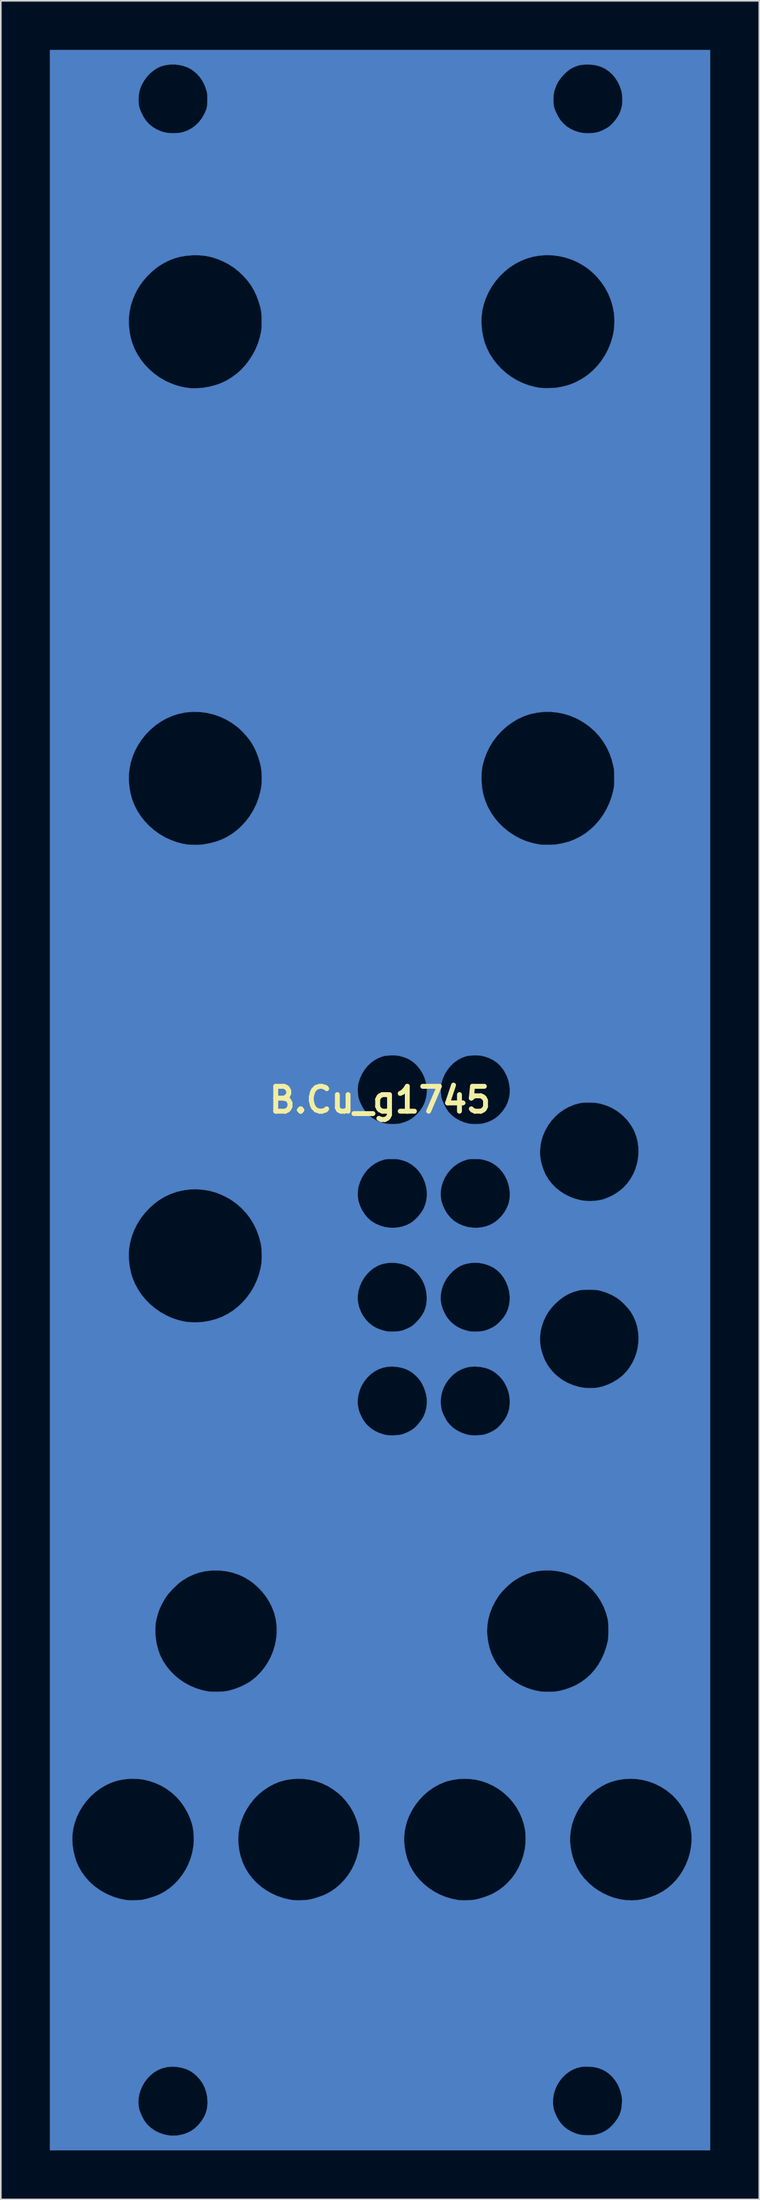
<source format=kicad_pcb>
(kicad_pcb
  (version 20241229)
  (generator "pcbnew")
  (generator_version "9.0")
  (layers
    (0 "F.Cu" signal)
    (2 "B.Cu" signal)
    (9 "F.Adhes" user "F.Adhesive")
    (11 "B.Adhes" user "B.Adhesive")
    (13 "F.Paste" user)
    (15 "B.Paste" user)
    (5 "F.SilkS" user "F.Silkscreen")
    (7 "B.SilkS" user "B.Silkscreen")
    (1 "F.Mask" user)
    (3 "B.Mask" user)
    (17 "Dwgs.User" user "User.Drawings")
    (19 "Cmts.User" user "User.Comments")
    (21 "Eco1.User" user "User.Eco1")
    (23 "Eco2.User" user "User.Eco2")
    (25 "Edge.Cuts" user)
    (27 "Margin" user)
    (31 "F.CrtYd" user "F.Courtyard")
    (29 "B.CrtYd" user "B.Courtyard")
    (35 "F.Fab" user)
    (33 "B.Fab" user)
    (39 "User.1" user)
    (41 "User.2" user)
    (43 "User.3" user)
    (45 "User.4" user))
  (footprint "B.Cu_g1745"
    (layer "F.Cu")
    (at 20.219 64.246)
    (property "Reference" "B.Cu_g1745" (at 0 0 0) (layer "F.SilkS") (effects (font (size 1.524 1.524) (thickness 0.3))))
    (attr through_hole)
    (fp_poly (pts (xy 20.214 64.262) (xy -20.214 64.262) (xy -20.214 61.348) (xy -14.795 61.348) (xy -14.77 61.612) (xy -14.732 61.785) (xy -14.689 61.911) (xy -14.63 62.058) (xy -14.559 62.211) (xy -14.484 62.356) (xy -14.411 62.479) (xy -14.397 62.5) (xy -14.235 62.702) (xy -14.04 62.882) (xy -13.819 63.038) (xy -13.577 63.166) (xy -13.319 63.265) (xy -13.05 63.333) (xy -12.775 63.367) (xy -12.501 63.365) (xy -12.372 63.351) (xy -12.075 63.291) (xy -11.804 63.198) (xy -11.557 63.072) (xy -11.331 62.91) (xy -11.124 62.712) (xy -10.934 62.476) (xy -10.886 62.406) (xy -10.75 62.172) (xy -10.653 61.932) (xy -10.591 61.68) (xy -10.564 61.408) (xy -10.563 61.35) (xy 10.588 61.35) (xy 10.59 61.403) (xy 10.608 61.586) (xy 10.641 61.756) (xy 10.695 61.926) (xy 10.772 62.109) (xy 10.804 62.178) (xy 10.942 62.426) (xy 11.096 62.639) (xy 11.272 62.821) (xy 11.474 62.977) (xy 11.708 63.111) (xy 11.722 63.118) (xy 11.926 63.21) (xy 12.12 63.275) (xy 12.316 63.318) (xy 12.526 63.34) (xy 12.763 63.343) (xy 12.795 63.343) (xy 12.938 63.337) (xy 13.05 63.33) (xy 13.144 63.317) (xy 13.233 63.299) (xy 13.308 63.28) (xy 13.568 63.19) (xy 13.806 63.069) (xy 14.024 62.915) (xy 14.227 62.725) (xy 14.418 62.498) (xy 14.56 62.287) (xy 14.668 62.078) (xy 14.743 61.86) (xy 14.79 61.626) (xy 14.81 61.373) (xy 14.814 61.236) (xy 14.813 61.127) (xy 14.806 61.034) (xy 14.792 60.943) (xy 14.779 60.875) (xy 14.695 60.568) (xy 14.577 60.285) (xy 14.424 60.025) (xy 14.238 59.791) (xy 14.192 59.743) (xy 14.01 59.574) (xy 13.824 59.438) (xy 13.623 59.331) (xy 13.397 59.244) (xy 13.286 59.211) (xy 13.139 59.18) (xy 12.964 59.157) (xy 12.777 59.144) (xy 12.591 59.141) (xy 12.421 59.149) (xy 12.324 59.16) (xy 12.06 59.224) (xy 11.809 59.324) (xy 11.573 59.459) (xy 11.357 59.625) (xy 11.161 59.817) (xy 10.99 60.034) (xy 10.846 60.27) (xy 10.73 60.524) (xy 10.647 60.79) (xy 10.599 61.067) (xy 10.588 61.35) (xy -10.563 61.35) (xy -10.562 61.312) (xy -10.582 61) (xy -10.641 60.702) (xy -10.739 60.42) (xy -10.874 60.156) (xy -11.047 59.911) (xy -11.243 59.701) (xy -11.429 59.54) (xy -11.615 59.415) (xy -11.81 59.319) (xy -11.862 59.298) (xy -12.158 59.208) (xy -12.456 59.157) (xy -12.752 59.145) (xy -13.042 59.173) (xy -13.323 59.24) (xy -13.346 59.248) (xy -13.596 59.352) (xy -13.829 59.491) (xy -14.043 59.66) (xy -14.234 59.855) (xy -14.401 60.073) (xy -14.542 60.308) (xy -14.654 60.557) (xy -14.735 60.816) (xy -14.783 61.081) (xy -14.795 61.348) (xy -20.214 61.348) (xy -20.214 45.279) (xy -18.843 45.279) (xy -18.822 45.608) (xy -18.772 45.942) (xy -18.697 46.269) (xy -18.598 46.581) (xy -18.477 46.866) (xy -18.467 46.887) (xy -18.272 47.23) (xy -18.044 47.546) (xy -17.784 47.836) (xy -17.492 48.099) (xy -17.169 48.333) (xy -16.817 48.538) (xy -16.696 48.598) (xy -16.321 48.755) (xy -15.94 48.872) (xy -15.549 48.948) (xy -15.473 48.958) (xy -15.353 48.967) (xy -15.203 48.971) (xy -15.036 48.969) (xy -14.865 48.962) (xy -14.701 48.95) (xy -14.558 48.935) (xy -14.499 48.926) (xy -14.37 48.898) (xy -14.214 48.857) (xy -14.043 48.806) (xy -13.869 48.748) (xy -13.704 48.689) (xy -13.56 48.631) (xy -13.501 48.604) (xy -13.176 48.428) (xy -12.873 48.218) (xy -12.592 47.976) (xy -12.337 47.707) (xy -12.108 47.413) (xy -11.908 47.097) (xy -11.738 46.763) (xy -11.601 46.414) (xy -11.498 46.052) (xy -11.43 45.683) (xy -11.401 45.307) (xy -11.403 45.205) (xy -8.685 45.205) (xy -8.677 45.46) (xy -8.629 45.867) (xy -8.543 46.256) (xy -8.42 46.625) (xy -8.259 46.975) (xy -8.063 47.303) (xy -7.831 47.609) (xy -7.565 47.892) (xy -7.264 48.151) (xy -7.038 48.313) (xy -6.691 48.521) (xy -6.325 48.692) (xy -5.945 48.826) (xy -5.554 48.92) (xy -5.313 48.958) (xy -5.193 48.967) (xy -5.043 48.971) (xy -4.876 48.969) (xy -4.705 48.962) (xy -4.541 48.95) (xy -4.398 48.935) (xy -4.339 48.926) (xy -4.21 48.898) (xy -4.054 48.857) (xy -3.883 48.806) (xy -3.709 48.748) (xy -3.544 48.689) (xy -3.4 48.631) (xy -3.341 48.604) (xy -3.014 48.427) (xy -2.709 48.216) (xy -2.428 47.974) (xy -2.172 47.703) (xy -1.944 47.408) (xy -1.745 47.091) (xy -1.576 46.754) (xy -1.44 46.402) (xy -1.338 46.036) (xy -1.272 45.661) (xy -1.243 45.278) (xy -1.247 45.085) (xy 1.476 45.085) (xy 1.476 45.402) (xy 1.482 45.482) (xy 1.51 45.717) (xy 1.552 45.964) (xy 1.606 46.205) (xy 1.667 46.425) (xy 1.682 46.474) (xy 1.818 46.815) (xy 1.991 47.14) (xy 2.198 47.445) (xy 2.437 47.729) (xy 2.704 47.99) (xy 2.997 48.225) (xy 3.313 48.433) (xy 3.65 48.611) (xy 4.004 48.757) (xy 4.373 48.869) (xy 4.755 48.945) (xy 4.847 48.958) (xy 4.967 48.967) (xy 5.117 48.971) (xy 5.284 48.969) (xy 5.455 48.962) (xy 5.619 48.95) (xy 5.762 48.935) (xy 5.821 48.926) (xy 5.975 48.893) (xy 6.153 48.844) (xy 6.345 48.783) (xy 6.538 48.716) (xy 6.719 48.644) (xy 6.877 48.574) (xy 6.911 48.557) (xy 7.236 48.369) (xy 7.539 48.146) (xy 7.817 47.892) (xy 8.068 47.61) (xy 8.291 47.302) (xy 8.483 46.97) (xy 8.643 46.618) (xy 8.768 46.249) (xy 8.858 45.865) (xy 8.88 45.731) (xy 8.895 45.584) (xy 8.905 45.41) (xy 8.907 45.35) (xy 11.636 45.35) (xy 11.642 45.463) (xy 11.693 45.874) (xy 11.781 46.265) (xy 11.905 46.636) (xy 12.066 46.985) (xy 12.262 47.313) (xy 12.494 47.617) (xy 12.762 47.899) (xy 13.064 48.156) (xy 13.282 48.313) (xy 13.619 48.516) (xy 13.971 48.683) (xy 14.333 48.814) (xy 14.701 48.907) (xy 15.072 48.961) (xy 15.441 48.976) (xy 15.744 48.957) (xy 16.003 48.917) (xy 16.28 48.853) (xy 16.561 48.769) (xy 16.83 48.669) (xy 16.986 48.6) (xy 17.308 48.426) (xy 17.609 48.218) (xy 17.886 47.979) (xy 18.138 47.713) (xy 18.364 47.422) (xy 18.561 47.11) (xy 18.729 46.781) (xy 18.866 46.436) (xy 18.971 46.081) (xy 19.041 45.717) (xy 19.075 45.348) (xy 19.072 44.978) (xy 19.03 44.609) (xy 18.996 44.434) (xy 18.899 44.091) (xy 18.764 43.751) (xy 18.594 43.421) (xy 18.395 43.107) (xy 18.168 42.816) (xy 17.92 42.555) (xy 17.834 42.477) (xy 17.518 42.227) (xy 17.184 42.015) (xy 16.832 41.84) (xy 16.467 41.703) (xy 16.09 41.606) (xy 15.704 41.547) (xy 15.312 41.53) (xy 14.916 41.553) (xy 14.52 41.617) (xy 14.171 41.714) (xy 13.835 41.848) (xy 13.515 42.017) (xy 13.212 42.219) (xy 12.929 42.449) (xy 12.668 42.705) (xy 12.431 42.985) (xy 12.221 43.285) (xy 12.039 43.603) (xy 11.889 43.935) (xy 11.77 44.278) (xy 11.688 44.631) (xy 11.642 44.989) (xy 11.636 45.35) (xy 8.907 45.35) (xy 8.909 45.223) (xy 8.908 45.034) (xy 8.9 44.857) (xy 8.886 44.705) (xy 8.88 44.662) (xy 8.804 44.303) (xy 8.689 43.949) (xy 8.536 43.604) (xy 8.35 43.275) (xy 8.131 42.966) (xy 7.883 42.682) (xy 7.853 42.651) (xy 7.553 42.378) (xy 7.232 42.142) (xy 6.89 41.943) (xy 6.526 41.78) (xy 6.192 41.667) (xy 5.858 41.59) (xy 5.508 41.545) (xy 5.151 41.532) (xy 4.795 41.55) (xy 4.447 41.6) (xy 4.116 41.681) (xy 3.969 41.73) (xy 3.615 41.88) (xy 3.279 42.067) (xy 2.963 42.288) (xy 2.67 42.541) (xy 2.403 42.823) (xy 2.163 43.13) (xy 1.954 43.461) (xy 1.778 43.813) (xy 1.663 44.108) (xy 1.57 44.428) (xy 1.507 44.757) (xy 1.476 45.085) (xy -1.247 45.085) (xy -1.251 44.935) (xy -1.296 44.577) (xy -1.381 44.222) (xy -1.503 43.873) (xy -1.661 43.535) (xy -1.852 43.213) (xy -2.074 42.91) (xy -2.324 42.631) (xy -2.555 42.419) (xy -2.876 42.177) (xy -3.215 41.972) (xy -3.57 41.805) (xy -3.938 41.677) (xy -4.317 41.588) (xy -4.704 41.539) (xy -5.098 41.531) (xy -5.495 41.564) (xy -5.8 41.617) (xy -6.135 41.71) (xy -6.467 41.843) (xy -6.79 42.012) (xy -7.099 42.214) (xy -7.389 42.447) (xy -7.656 42.708) (xy -7.71 42.767) (xy -7.959 43.077) (xy -8.174 43.405) (xy -8.352 43.748) (xy -8.494 44.102) (xy -8.597 44.465) (xy -8.661 44.834) (xy -8.685 45.205) (xy -11.403 45.205) (xy -11.41 44.942) (xy -11.436 44.687) (xy -11.476 44.453) (xy -11.534 44.228) (xy -11.611 44.003) (xy -11.712 43.765) (xy -11.8 43.581) (xy -11.993 43.242) (xy -12.218 42.927) (xy -12.474 42.64) (xy -12.758 42.381) (xy -13.068 42.152) (xy -13.401 41.956) (xy -13.755 41.793) (xy -14.126 41.667) (xy -14.495 41.581) (xy -14.667 41.557) (xy -14.866 41.541) (xy -15.077 41.534) (xy -15.286 41.535) (xy -15.478 41.546) (xy -15.504 41.548) (xy -15.821 41.591) (xy -16.113 41.656) (xy -16.392 41.746) (xy -16.671 41.867) (xy -16.785 41.924) (xy -17.117 42.119) (xy -17.427 42.347) (xy -17.713 42.604) (xy -17.971 42.887) (xy -18.2 43.193) (xy -18.398 43.519) (xy -18.563 43.861) (xy -18.692 44.216) (xy -18.783 44.581) (xy -18.834 44.953) (xy -18.835 44.964) (xy -18.843 45.279) (xy -20.214 45.279) (xy -20.214 32.335) (xy -13.762 32.335) (xy -13.757 32.665) (xy -13.724 33.002) (xy -13.664 33.337) (xy -13.578 33.659) (xy -13.47 33.957) (xy -13.461 33.979) (xy -13.293 34.313) (xy -13.089 34.628) (xy -12.852 34.922) (xy -12.586 35.192) (xy -12.293 35.436) (xy -11.975 35.652) (xy -11.637 35.837) (xy -11.28 35.99) (xy -10.908 36.107) (xy -10.544 36.185) (xy -10.42 36.199) (xy -10.265 36.207) (xy -10.091 36.21) (xy -9.909 36.208) (xy -9.727 36.2) (xy -9.558 36.188) (xy -9.412 36.172) (xy -9.316 36.155) (xy -9.038 36.081) (xy -8.755 35.985) (xy -8.478 35.87) (xy -8.217 35.741) (xy -7.983 35.603) (xy -7.897 35.544) (xy -7.599 35.306) (xy -7.329 35.038) (xy -7.088 34.744) (xy -6.877 34.428) (xy -6.698 34.093) (xy -6.552 33.742) (xy -6.441 33.378) (xy -6.365 33.006) (xy -6.326 32.629) (xy -6.326 32.494) (xy 6.553 32.494) (xy 6.563 32.718) (xy 6.613 33.126) (xy 6.697 33.509) (xy 6.816 33.869) (xy 6.969 34.207) (xy 7.159 34.526) (xy 7.385 34.827) (xy 7.65 35.112) (xy 7.686 35.148) (xy 7.986 35.406) (xy 8.312 35.633) (xy 8.659 35.827) (xy 9.024 35.985) (xy 9.401 36.105) (xy 9.776 36.184) (xy 9.895 36.197) (xy 10.043 36.207) (xy 10.208 36.212) (xy 10.378 36.213) (xy 10.54 36.21) (xy 10.682 36.202) (xy 10.767 36.194) (xy 11.033 36.144) (xy 11.316 36.069) (xy 11.603 35.971) (xy 11.88 35.856) (xy 11.991 35.802) (xy 12.314 35.617) (xy 12.614 35.397) (xy 12.891 35.145) (xy 13.141 34.863) (xy 13.364 34.552) (xy 13.558 34.216) (xy 13.722 33.855) (xy 13.853 33.473) (xy 13.931 33.167) (xy 13.947 33.09) (xy 13.959 33.018) (xy 13.968 32.944) (xy 13.973 32.859) (xy 13.977 32.756) (xy 13.979 32.627) (xy 13.979 32.465) (xy 13.979 32.449) (xy 13.979 32.282) (xy 13.977 32.15) (xy 13.974 32.045) (xy 13.968 31.958) (xy 13.96 31.883) (xy 13.948 31.812) (xy 13.932 31.736) (xy 13.829 31.359) (xy 13.686 30.996) (xy 13.506 30.65) (xy 13.292 30.323) (xy 13.045 30.02) (xy 12.767 29.742) (xy 12.461 29.493) (xy 12.304 29.385) (xy 11.963 29.185) (xy 11.607 29.025) (xy 11.238 28.906) (xy 10.855 28.826) (xy 10.458 28.786) (xy 10.048 28.787) (xy 10.011 28.789) (xy 9.658 28.825) (xy 9.323 28.893) (xy 9 28.996) (xy 8.684 29.135) (xy 8.367 29.312) (xy 8.234 29.397) (xy 8.086 29.505) (xy 7.924 29.639) (xy 7.757 29.792) (xy 7.595 29.953) (xy 7.445 30.115) (xy 7.318 30.268) (xy 7.259 30.348) (xy 7.044 30.691) (xy 6.866 31.042) (xy 6.728 31.401) (xy 6.629 31.764) (xy 6.57 32.129) (xy 6.553 32.494) (xy -6.326 32.494) (xy -6.326 32.25) (xy -6.366 31.873) (xy -6.392 31.732) (xy -6.485 31.377) (xy -6.618 31.029) (xy -6.788 30.694) (xy -6.993 30.374) (xy -7.229 30.074) (xy -7.494 29.796) (xy -7.785 29.546) (xy -8 29.392) (xy -8.333 29.194) (xy -8.684 29.035) (xy -9.052 28.914) (xy -9.434 28.832) (xy -9.829 28.789) (xy -10.235 28.785) (xy -10.309 28.789) (xy -10.693 28.832) (xy -11.064 28.915) (xy -11.423 29.038) (xy -11.77 29.202) (xy -12.105 29.407) (xy -12.15 29.438) (xy -12.27 29.53) (xy -12.407 29.649) (xy -12.553 29.785) (xy -12.698 29.93) (xy -12.836 30.077) (xy -12.958 30.216) (xy -13.055 30.34) (xy -13.064 30.353) (xy -13.166 30.508) (xy -13.272 30.689) (xy -13.375 30.881) (xy -13.465 31.068) (xy -13.523 31.204) (xy -13.576 31.353) (xy -13.628 31.526) (xy -13.676 31.708) (xy -13.714 31.882) (xy -13.738 32.024) (xy -13.762 32.335) (xy -20.214 32.335) (xy -20.214 18.56) (xy -1.368 18.56) (xy -1.359 18.664) (xy -1.331 18.836) (xy -1.297 18.984) (xy -1.25 19.125) (xy -1.185 19.277) (xy -1.166 19.317) (xy -1.071 19.502) (xy -0.976 19.657) (xy -0.873 19.793) (xy -0.754 19.921) (xy -0.749 19.927) (xy -0.535 20.112) (xy -0.297 20.263) (xy -0.034 20.383) (xy 0.256 20.472) (xy 0.392 20.502) (xy 0.514 20.518) (xy 0.665 20.524) (xy 0.832 20.523) (xy 1.001 20.514) (xy 1.159 20.497) (xy 1.294 20.473) (xy 1.312 20.469) (xy 1.479 20.417) (xy 1.659 20.341) (xy 1.837 20.25) (xy 1.998 20.151) (xy 2.069 20.099) (xy 2.177 20.003) (xy 2.294 19.88) (xy 2.412 19.74) (xy 2.521 19.595) (xy 2.613 19.455) (xy 2.665 19.359) (xy 2.773 19.094) (xy 2.84 18.817) (xy 2.868 18.533) (xy 2.865 18.442) (xy 3.713 18.442) (xy 3.731 18.732) (xy 3.78 18.978) (xy 3.811 19.076) (xy 3.86 19.197) (xy 3.921 19.329) (xy 3.988 19.462) (xy 4.054 19.581) (xy 4.104 19.66) (xy 4.272 19.871) (xy 4.473 20.057) (xy 4.703 20.216) (xy 4.959 20.347) (xy 5.239 20.447) (xy 5.471 20.502) (xy 5.594 20.518) (xy 5.746 20.524) (xy 5.914 20.523) (xy 6.083 20.513) (xy 6.242 20.497) (xy 6.376 20.473) (xy 6.392 20.469) (xy 6.562 20.416) (xy 6.745 20.338) (xy 6.925 20.245) (xy 7.086 20.144) (xy 7.154 20.094) (xy 7.266 19.993) (xy 7.387 19.864) (xy 7.507 19.72) (xy 7.617 19.572) (xy 7.707 19.43) (xy 7.746 19.358) (xy 7.84 19.138) (xy 7.902 18.913) (xy 7.935 18.673) (xy 7.943 18.479) (xy 7.93 18.207) (xy 7.887 17.956) (xy 7.812 17.711) (xy 7.725 17.508) (xy 7.627 17.319) (xy 7.525 17.159) (xy 7.41 17.015) (xy 7.278 16.879) (xy 7.079 16.707) (xy 6.876 16.572) (xy 6.658 16.468) (xy 6.434 16.394) (xy 6.124 16.331) (xy 5.823 16.307) (xy 5.534 16.324) (xy 5.256 16.381) (xy 4.991 16.477) (xy 4.741 16.612) (xy 4.507 16.786) (xy 4.416 16.868) (xy 4.207 17.095) (xy 4.033 17.341) (xy 3.896 17.602) (xy 3.796 17.874) (xy 3.735 18.156) (xy 3.713 18.442) (xy 2.865 18.442) (xy 2.857 18.244) (xy 2.805 17.955) (xy 2.714 17.668) (xy 2.645 17.508) (xy 2.547 17.319) (xy 2.445 17.159) (xy 2.329 17.014) (xy 2.198 16.879) (xy 1.999 16.707) (xy 1.796 16.572) (xy 1.578 16.468) (xy 1.354 16.394) (xy 1.043 16.331) (xy 0.741 16.309) (xy 0.449 16.326) (xy 0.17 16.384) (xy -0.095 16.48) (xy -0.344 16.614) (xy -0.576 16.785) (xy -0.787 16.992) (xy -0.977 17.236) (xy -1.086 17.41) (xy -1.191 17.622) (xy -1.274 17.854) (xy -1.333 18.095) (xy -1.365 18.333) (xy -1.368 18.56) (xy -20.214 18.56) (xy -20.214 14.637) (xy 9.797 14.637) (xy 9.803 14.841) (xy 9.822 15.031) (xy 9.856 15.22) (xy 9.909 15.423) (xy 9.961 15.589) (xy 10.087 15.908) (xy 10.25 16.206) (xy 10.445 16.482) (xy 10.672 16.734) (xy 10.927 16.959) (xy 11.207 17.156) (xy 11.511 17.322) (xy 11.836 17.456) (xy 12.179 17.555) (xy 12.414 17.601) (xy 12.566 17.618) (xy 12.743 17.627) (xy 12.93 17.628) (xy 13.112 17.622) (xy 13.274 17.607) (xy 13.337 17.598) (xy 13.63 17.53) (xy 13.928 17.426) (xy 14.22 17.29) (xy 14.499 17.127) (xy 14.755 16.94) (xy 14.885 16.828) (xy 15.089 16.614) (xy 15.275 16.369) (xy 15.44 16.098) (xy 15.58 15.811) (xy 15.689 15.515) (xy 15.757 15.253) (xy 15.812 14.892) (xy 15.827 14.535) (xy 15.803 14.187) (xy 15.74 13.848) (xy 15.638 13.523) (xy 15.499 13.213) (xy 15.355 12.971) (xy 15.252 12.83) (xy 15.124 12.678) (xy 14.981 12.524) (xy 14.831 12.378) (xy 14.683 12.248) (xy 14.546 12.143) (xy 14.52 12.125) (xy 14.202 11.94) (xy 13.863 11.79) (xy 13.507 11.678) (xy 13.377 11.648) (xy 13.261 11.63) (xy 13.113 11.617) (xy 12.945 11.61) (xy 12.767 11.608) (xy 12.591 11.611) (xy 12.427 11.62) (xy 12.285 11.634) (xy 12.196 11.649) (xy 11.874 11.737) (xy 11.573 11.858) (xy 11.288 12.015) (xy 11.017 12.209) (xy 10.754 12.442) (xy 10.72 12.476) (xy 10.499 12.716) (xy 10.315 12.958) (xy 10.161 13.211) (xy 10.033 13.483) (xy 9.948 13.714) (xy 9.881 13.935) (xy 9.835 14.139) (xy 9.809 14.344) (xy 9.798 14.568) (xy 9.797 14.637) (xy -20.214 14.637) (xy -20.214 9.401) (xy -15.385 9.401) (xy -15.379 9.711) (xy -15.35 10.032) (xy -15.299 10.351) (xy -15.227 10.657) (xy -15.162 10.867) (xy -15.014 11.231) (xy -14.829 11.578) (xy -14.61 11.906) (xy -14.36 12.212) (xy -14.081 12.495) (xy -13.777 12.751) (xy -13.451 12.978) (xy -13.104 13.175) (xy -12.741 13.339) (xy -12.364 13.467) (xy -11.975 13.557) (xy -11.852 13.577) (xy -11.703 13.593) (xy -11.529 13.603) (xy -11.342 13.607) (xy -11.155 13.605) (xy -10.981 13.597) (xy -10.834 13.582) (xy -10.814 13.579) (xy -10.693 13.56) (xy -10.557 13.535) (xy -10.43 13.511) (xy -10.405 13.506) (xy -10.031 13.406) (xy -9.671 13.269) (xy -9.328 13.095) (xy -9.002 12.888) (xy -8.698 12.65) (xy -8.416 12.382) (xy -8.265 12.211) (xy -1.366 12.211) (xy -1.345 12.406) (xy -1.277 12.691) (xy -1.172 12.962) (xy -1.034 13.215) (xy -0.865 13.445) (xy -0.668 13.65) (xy -0.446 13.824) (xy -0.254 13.937) (xy -0.146 13.986) (xy -0.012 14.037) (xy 0.133 14.086) (xy 0.273 14.126) (xy 0.38 14.15) (xy 0.514 14.167) (xy 0.676 14.175) (xy 0.851 14.173) (xy 1.026 14.162) (xy 1.188 14.144) (xy 1.312 14.12) (xy 1.409 14.091) (xy 1.527 14.047) (xy 1.651 13.995) (xy 1.736 13.955) (xy 1.833 13.906) (xy 1.909 13.863) (xy 1.975 13.82) (xy 2.04 13.768) (xy 2.113 13.701) (xy 2.205 13.611) (xy 2.215 13.601) (xy 2.413 13.387) (xy 2.571 13.174) (xy 2.692 12.958) (xy 2.779 12.732) (xy 2.834 12.492) (xy 2.859 12.231) (xy 2.859 12.208) (xy 3.712 12.208) (xy 3.747 12.478) (xy 3.823 12.748) (xy 3.917 12.972) (xy 4.019 13.168) (xy 4.126 13.335) (xy 4.248 13.485) (xy 4.348 13.589) (xy 4.564 13.772) (xy 4.808 13.924) (xy 5.077 14.044) (xy 5.365 14.13) (xy 5.46 14.15) (xy 5.594 14.167) (xy 5.756 14.175) (xy 5.931 14.173) (xy 6.106 14.162) (xy 6.268 14.144) (xy 6.392 14.12) (xy 6.49 14.09) (xy 6.608 14.046) (xy 6.731 13.994) (xy 6.812 13.956) (xy 6.925 13.898) (xy 7.014 13.846) (xy 7.094 13.788) (xy 7.177 13.717) (xy 7.252 13.647) (xy 7.34 13.559) (xy 7.429 13.466) (xy 7.507 13.379) (xy 7.558 13.316) (xy 7.707 13.085) (xy 7.82 12.835) (xy 7.897 12.571) (xy 7.938 12.295) (xy 7.941 12.013) (xy 7.907 11.727) (xy 7.836 11.443) (xy 7.727 11.163) (xy 7.714 11.135) (xy 7.566 10.87) (xy 7.391 10.638) (xy 7.191 10.44) (xy 6.965 10.275) (xy 6.713 10.143) (xy 6.436 10.046) (xy 6.134 9.982) (xy 6.038 9.97) (xy 5.798 9.959) (xy 5.551 9.976) (xy 5.307 10.019) (xy 5.08 10.086) (xy 4.921 10.155) (xy 4.685 10.296) (xy 4.464 10.473) (xy 4.263 10.679) (xy 4.088 10.908) (xy 3.944 11.153) (xy 3.851 11.366) (xy 3.764 11.655) (xy 3.718 11.934) (xy 3.712 12.208) (xy 2.859 12.208) (xy 2.861 12.118) (xy 2.841 11.819) (xy 2.785 11.53) (xy 2.693 11.255) (xy 2.568 10.997) (xy 2.413 10.761) (xy 2.229 10.549) (xy 2.018 10.366) (xy 1.782 10.214) (xy 1.724 10.183) (xy 1.479 10.082) (xy 1.217 10.011) (xy 0.946 9.971) (xy 0.672 9.962) (xy 0.403 9.985) (xy 0.146 10.038) (xy -0.093 10.124) (xy -0.159 10.155) (xy -0.401 10.299) (xy -0.621 10.475) (xy -0.818 10.677) (xy -0.988 10.902) (xy -1.13 11.145) (xy -1.241 11.402) (xy -1.319 11.668) (xy -1.361 11.939) (xy -1.366 12.211) (xy -8.265 12.211) (xy -8.158 12.088) (xy -7.927 11.77) (xy -7.726 11.43) (xy -7.555 11.069) (xy -7.417 10.692) (xy -7.314 10.3) (xy -7.268 10.044) (xy -7.251 9.879) (xy -7.242 9.688) (xy -7.241 9.481) (xy -7.247 9.272) (xy -7.261 9.072) (xy -7.283 8.894) (xy -7.302 8.786) (xy -7.412 8.366) (xy -7.557 7.968) (xy -7.738 7.594) (xy -7.952 7.243) (xy -8.201 6.917) (xy -8.483 6.617) (xy -8.798 6.344) (xy -9.091 6.132) (xy -9.252 6.034) (xy -9.44 5.933) (xy -9.64 5.835) (xy -9.661 5.825) (xy -1.364 5.825) (xy -1.351 6.011) (xy -1.324 6.175) (xy -1.316 6.207) (xy -1.223 6.486) (xy -1.099 6.747) (xy -0.947 6.986) (xy -0.772 7.197) (xy -0.577 7.376) (xy -0.516 7.422) (xy -0.267 7.573) (xy 0.001 7.69) (xy 0.286 7.772) (xy 0.58 7.816) (xy 0.878 7.822) (xy 1.109 7.8) (xy 1.386 7.74) (xy 1.649 7.646) (xy 1.834 7.554) (xy 2.002 7.441) (xy 2.172 7.295) (xy 2.335 7.125) (xy 2.485 6.94) (xy 2.611 6.748) (xy 2.668 6.645) (xy 2.772 6.391) (xy 2.838 6.127) (xy 2.868 5.857) (xy 2.867 5.825) (xy 3.716 5.825) (xy 3.729 6.011) (xy 3.756 6.175) (xy 3.764 6.207) (xy 3.857 6.486) (xy 3.981 6.747) (xy 4.133 6.986) (xy 4.308 7.197) (xy 4.503 7.376) (xy 4.564 7.422) (xy 4.813 7.573) (xy 5.081 7.69) (xy 5.366 7.772) (xy 5.66 7.816) (xy 5.958 7.822) (xy 6.189 7.8) (xy 6.475 7.738) (xy 6.738 7.641) (xy 6.982 7.508) (xy 7.207 7.338) (xy 7.415 7.13) (xy 7.539 6.977) (xy 7.641 6.828) (xy 7.735 6.66) (xy 7.815 6.489) (xy 7.873 6.329) (xy 7.885 6.287) (xy 7.936 6.007) (xy 7.949 5.724) (xy 7.924 5.443) (xy 7.865 5.168) (xy 7.773 4.902) (xy 7.649 4.651) (xy 7.496 4.418) (xy 7.316 4.208) (xy 7.111 4.023) (xy 6.881 3.869) (xy 6.74 3.797) (xy 6.65 3.76) (xy 6.537 3.721) (xy 6.418 3.684) (xy 6.356 3.668) (xy 6.259 3.645) (xy 6.175 3.629) (xy 6.093 3.619) (xy 5.999 3.614) (xy 5.882 3.612) (xy 5.8 3.612) (xy 5.659 3.613) (xy 5.55 3.617) (xy 5.462 3.626) (xy 5.384 3.639) (xy 5.306 3.658) (xy 5.302 3.659) (xy 5.029 3.754) (xy 4.774 3.887) (xy 4.539 4.053) (xy 4.327 4.251) (xy 4.14 4.477) (xy 3.982 4.729) (xy 3.856 5.003) (xy 3.766 5.281) (xy 3.735 5.446) (xy 3.719 5.632) (xy 3.716 5.825) (xy 2.867 5.825) (xy 2.862 5.585) (xy 2.822 5.315) (xy 2.749 5.05) (xy 2.646 4.796) (xy 2.513 4.556) (xy 2.352 4.335) (xy 2.164 4.136) (xy 1.951 3.964) (xy 1.714 3.823) (xy 1.66 3.797) (xy 1.57 3.76) (xy 1.457 3.721) (xy 1.338 3.684) (xy 1.276 3.668) (xy 1.179 3.645) (xy 1.095 3.629) (xy 1.013 3.619) (xy 0.919 3.614) (xy 0.802 3.612) (xy 0.72 3.612) (xy 0.579 3.613) (xy 0.47 3.617) (xy 0.382 3.626) (xy 0.304 3.639) (xy 0.226 3.658) (xy 0.222 3.659) (xy -0.051 3.754) (xy -0.306 3.887) (xy -0.541 4.053) (xy -0.753 4.251) (xy -0.94 4.477) (xy -1.098 4.729) (xy -1.224 5.003) (xy -1.314 5.281) (xy -1.345 5.446) (xy -1.361 5.632) (xy -1.364 5.825) (xy -9.661 5.825) (xy -9.838 5.748) (xy -10.021 5.678) (xy -10.057 5.665) (xy -10.447 5.559) (xy -10.844 5.492) (xy -11.246 5.465) (xy -11.647 5.477) (xy -12.043 5.528) (xy -12.431 5.618) (xy -12.807 5.747) (xy -12.871 5.773) (xy -13.21 5.936) (xy -13.527 6.128) (xy -13.829 6.354) (xy -14.104 6.602) (xy -14.399 6.917) (xy -14.656 7.25) (xy -14.877 7.601) (xy -15.059 7.969) (xy -15.203 8.35) (xy -15.307 8.745) (xy -15.366 9.112) (xy -15.385 9.401) (xy -20.214 9.401) (xy -20.214 3.094) (xy 9.797 3.094) (xy 9.8 3.379) (xy 9.831 3.648) (xy 9.84 3.694) (xy 9.903 3.95) (xy 9.984 4.204) (xy 10.077 4.44) (xy 10.139 4.571) (xy 10.308 4.855) (xy 10.512 5.118) (xy 10.748 5.359) (xy 11.011 5.575) (xy 11.299 5.762) (xy 11.607 5.919) (xy 11.932 6.043) (xy 12.259 6.129) (xy 12.379 6.149) (xy 12.514 6.167) (xy 12.653 6.18) (xy 12.783 6.188) (xy 12.889 6.19) (xy 12.922 6.188) (xy 12.985 6.184) (xy 13.072 6.178) (xy 13.167 6.171) (xy 13.18 6.17) (xy 13.442 6.134) (xy 13.714 6.063) (xy 13.989 5.959) (xy 14.259 5.827) (xy 14.519 5.668) (xy 14.761 5.488) (xy 14.909 5.356) (xy 15.137 5.11) (xy 15.334 4.838) (xy 15.499 4.546) (xy 15.632 4.236) (xy 15.731 3.914) (xy 15.796 3.584) (xy 15.826 3.248) (xy 15.82 2.913) (xy 15.779 2.58) (xy 15.7 2.256) (xy 15.583 1.943) (xy 15.531 1.831) (xy 15.358 1.531) (xy 15.149 1.251) (xy 14.906 0.994) (xy 14.755 0.86) (xy 14.475 0.652) (xy 14.179 0.48) (xy 13.863 0.343) (xy 13.522 0.238) (xy 13.396 0.209) (xy 13.249 0.185) (xy 13.075 0.168) (xy 12.885 0.159) (xy 12.692 0.158) (xy 12.508 0.165) (xy 12.344 0.179) (xy 12.234 0.197) (xy 11.895 0.289) (xy 11.573 0.419) (xy 11.268 0.585) (xy 10.985 0.785) (xy 10.725 1.016) (xy 10.49 1.276) (xy 10.284 1.564) (xy 10.108 1.877) (xy 9.964 2.212) (xy 9.952 2.248) (xy 9.874 2.517) (xy 9.822 2.803) (xy 9.797 3.094) (xy -20.214 3.094) (xy -20.214 -0.694) (xy -1.362 -0.694) (xy -1.362 -0.532) (xy -1.353 -0.371) (xy -1.337 -0.225) (xy -1.315 -0.116) (xy -1.269 0.024) (xy -1.203 0.183) (xy -1.124 0.348) (xy -1.036 0.507) (xy -0.947 0.649) (xy -0.864 0.761) (xy -0.676 0.951) (xy -0.457 1.118) (xy -0.213 1.257) (xy 0.049 1.367) (xy 0.322 1.442) (xy 0.367 1.45) (xy 0.523 1.47) (xy 0.703 1.479) (xy 0.89 1.477) (xy 1.067 1.464) (xy 1.217 1.442) (xy 1.498 1.364) (xy 1.756 1.254) (xy 1.991 1.109) (xy 2.208 0.927) (xy 2.408 0.707) (xy 2.472 0.624) (xy 2.582 0.463) (xy 2.669 0.308) (xy 2.74 0.138) (xy 2.77 0.052) (xy 2.838 -0.217) (xy 2.867 -0.494) (xy 2.861 -0.694) (xy 3.718 -0.694) (xy 3.718 -0.532) (xy 3.727 -0.371) (xy 3.743 -0.225) (xy 3.765 -0.116) (xy 3.811 0.024) (xy 3.877 0.183) (xy 3.956 0.348) (xy 4.044 0.507) (xy 4.133 0.649) (xy 4.216 0.761) (xy 4.404 0.951) (xy 4.623 1.118) (xy 4.867 1.257) (xy 5.129 1.367) (xy 5.402 1.442) (xy 5.447 1.45) (xy 5.603 1.47) (xy 5.783 1.479) (xy 5.97 1.477) (xy 6.147 1.464) (xy 6.297 1.442) (xy 6.584 1.362) (xy 6.849 1.246) (xy 7.092 1.094) (xy 7.312 0.906) (xy 7.51 0.683) (xy 7.684 0.425) (xy 7.805 0.179) (xy 7.889 -0.081) (xy 7.936 -0.353) (xy 7.947 -0.632) (xy 7.92 -0.913) (xy 7.858 -1.193) (xy 7.759 -1.467) (xy 7.624 -1.731) (xy 7.532 -1.876) (xy 7.354 -2.098) (xy 7.149 -2.288) (xy 6.917 -2.446) (xy 6.657 -2.572) (xy 6.369 -2.666) (xy 6.223 -2.7) (xy 6.09 -2.719) (xy 5.932 -2.728) (xy 5.761 -2.728) (xy 5.589 -2.72) (xy 5.429 -2.703) (xy 5.293 -2.679) (xy 5.252 -2.669) (xy 4.987 -2.57) (xy 4.739 -2.434) (xy 4.51 -2.265) (xy 4.304 -2.065) (xy 4.122 -1.837) (xy 3.969 -1.586) (xy 3.846 -1.313) (xy 3.757 -1.022) (xy 3.743 -0.963) (xy 3.726 -0.842) (xy 3.718 -0.694) (xy 2.861 -0.694) (xy 2.858 -0.775) (xy 2.814 -1.055) (xy 2.734 -1.329) (xy 2.62 -1.592) (xy 2.474 -1.839) (xy 2.297 -2.065) (xy 2.167 -2.199) (xy 1.981 -2.354) (xy 1.783 -2.48) (xy 1.566 -2.58) (xy 1.321 -2.659) (xy 1.143 -2.7) (xy 1.009 -2.719) (xy 0.849 -2.728) (xy 0.676 -2.728) (xy 0.503 -2.719) (xy 0.342 -2.702) (xy 0.206 -2.678) (xy 0.169 -2.668) (xy -0.094 -2.57) (xy -0.341 -2.435) (xy -0.569 -2.266) (xy -0.775 -2.066) (xy -0.956 -1.839) (xy -1.11 -1.588) (xy -1.233 -1.316) (xy -1.322 -1.027) (xy -1.337 -0.963) (xy -1.354 -0.842) (xy -1.362 -0.694) (xy -20.214 -0.694) (xy -20.214 -19.867) (xy -15.381 -19.867) (xy -15.378 -19.468) (xy -15.335 -19.058) (xy -15.279 -18.756) (xy -15.179 -18.389) (xy -15.039 -18.032) (xy -14.862 -17.689) (xy -14.651 -17.361) (xy -14.407 -17.052) (xy -14.133 -16.765) (xy -13.832 -16.502) (xy -13.505 -16.267) (xy -13.155 -16.063) (xy -13.123 -16.046) (xy -12.798 -15.898) (xy -12.46 -15.776) (xy -12.121 -15.684) (xy -11.834 -15.632) (xy -11.666 -15.615) (xy -11.473 -15.606) (xy -11.271 -15.604) (xy -11.073 -15.609) (xy -10.895 -15.623) (xy -10.82 -15.632) (xy -10.41 -15.706) (xy -10.029 -15.808) (xy -9.673 -15.941) (xy -9.34 -16.106) (xy -9.024 -16.304) (xy -8.724 -16.537) (xy -8.533 -16.71) (xy -8.245 -17.016) (xy -7.99 -17.348) (xy -7.769 -17.702) (xy -7.583 -18.078) (xy -7.434 -18.473) (xy -7.322 -18.884) (xy -7.27 -19.165) (xy -7.251 -19.333) (xy -7.242 -19.528) (xy -7.242 -19.614) (xy 6.213 -19.614) (xy 6.227 -19.336) (xy 6.255 -19.063) (xy 6.298 -18.808) (xy 6.329 -18.668) (xy 6.448 -18.287) (xy 6.604 -17.921) (xy 6.796 -17.573) (xy 7.023 -17.245) (xy 7.281 -16.939) (xy 7.57 -16.657) (xy 7.886 -16.403) (xy 8.227 -16.177) (xy 8.592 -15.984) (xy 8.861 -15.868) (xy 9.014 -15.813) (xy 9.189 -15.759) (xy 9.37 -15.711) (xy 9.542 -15.671) (xy 9.692 -15.644) (xy 9.694 -15.644) (xy 9.779 -15.631) (xy 9.854 -15.62) (xy 9.904 -15.612) (xy 9.906 -15.612) (xy 9.943 -15.609) (xy 10.015 -15.608) (xy 10.114 -15.608) (xy 10.233 -15.608) (xy 10.361 -15.61) (xy 10.516 -15.614) (xy 10.641 -15.619) (xy 10.747 -15.628) (xy 10.845 -15.64) (xy 10.947 -15.658) (xy 11.061 -15.681) (xy 11.252 -15.723) (xy 11.414 -15.763) (xy 11.556 -15.804) (xy 11.69 -15.85) (xy 11.829 -15.904) (xy 11.894 -15.932) (xy 12.245 -16.104) (xy 12.577 -16.312) (xy 12.887 -16.553) (xy 13.174 -16.826) (xy 13.435 -17.127) (xy 13.668 -17.454) (xy 13.872 -17.804) (xy 14.045 -18.175) (xy 14.184 -18.565) (xy 14.282 -18.944) (xy 14.301 -19.036) (xy 14.315 -19.116) (xy 14.325 -19.194) (xy 14.332 -19.278) (xy 14.336 -19.376) (xy 14.338 -19.498) (xy 14.339 -19.652) (xy 14.339 -19.685) (xy 14.339 -19.849) (xy 14.338 -19.979) (xy 14.334 -20.084) (xy 14.328 -20.172) (xy 14.318 -20.252) (xy 14.305 -20.332) (xy 14.291 -20.404) (xy 14.187 -20.819) (xy 14.045 -21.214) (xy 13.869 -21.587) (xy 13.658 -21.938) (xy 13.414 -22.263) (xy 13.138 -22.562) (xy 12.831 -22.834) (xy 12.495 -23.076) (xy 12.131 -23.288) (xy 12.033 -23.337) (xy 11.653 -23.499) (xy 11.263 -23.62) (xy 10.864 -23.701) (xy 10.459 -23.742) (xy 10.053 -23.742) (xy 9.648 -23.701) (xy 9.246 -23.619) (xy 9.105 -23.58) (xy 8.748 -23.452) (xy 8.401 -23.285) (xy 8.066 -23.082) (xy 7.749 -22.846) (xy 7.451 -22.578) (xy 7.177 -22.282) (xy 6.931 -21.961) (xy 6.873 -21.876) (xy 6.691 -21.568) (xy 6.531 -21.235) (xy 6.398 -20.888) (xy 6.298 -20.539) (xy 6.261 -20.369) (xy 6.229 -20.141) (xy 6.214 -19.886) (xy 6.213 -19.614) (xy -7.242 -19.614) (xy -7.241 -19.74) (xy -7.249 -19.954) (xy -7.265 -20.159) (xy -7.288 -20.341) (xy -7.3 -20.409) (xy -7.368 -20.689) (xy -7.457 -20.976) (xy -7.564 -21.257) (xy -7.684 -21.522) (xy -7.812 -21.757) (xy -7.826 -21.78) (xy -7.997 -22.033) (xy -8.197 -22.285) (xy -8.415 -22.524) (xy -8.64 -22.738) (xy -8.742 -22.824) (xy -9.079 -23.07) (xy -9.435 -23.279) (xy -9.807 -23.45) (xy -10.192 -23.584) (xy -10.588 -23.678) (xy -10.991 -23.732) (xy -11.4 -23.746) (xy -11.811 -23.719) (xy -11.981 -23.695) (xy -12.363 -23.613) (xy -12.735 -23.491) (xy -13.094 -23.332) (xy -13.437 -23.137) (xy -13.761 -22.909) (xy -14.065 -22.65) (xy -14.344 -22.362) (xy -14.596 -22.047) (xy -14.819 -21.706) (xy -14.986 -21.395) (xy -15.146 -21.019) (xy -15.265 -20.641) (xy -15.343 -20.257) (xy -15.381 -19.867) (xy -20.214 -19.867) (xy -20.214 -47.809) (xy -15.381 -47.809) (xy -15.378 -47.41) (xy -15.335 -47.001) (xy -15.279 -46.696) (xy -15.179 -46.329) (xy -15.039 -45.972) (xy -14.862 -45.629) (xy -14.651 -45.301) (xy -14.407 -44.992) (xy -14.133 -44.705) (xy -13.832 -44.442) (xy -13.505 -44.207) (xy -13.155 -44.003) (xy -13.123 -43.986) (xy -12.833 -43.852) (xy -12.531 -43.739) (xy -12.23 -43.65) (xy -11.94 -43.59) (xy -11.896 -43.584) (xy -11.811 -43.572) (xy -11.736 -43.561) (xy -11.686 -43.554) (xy -11.684 -43.553) (xy -11.608 -43.547) (xy -11.501 -43.543) (xy -11.372 -43.543) (xy -11.233 -43.545) (xy -11.094 -43.55) (xy -10.966 -43.558) (xy -10.858 -43.567) (xy -10.82 -43.572) (xy -10.428 -43.642) (xy -10.065 -43.737) (xy -9.726 -43.859) (xy -9.406 -44.012) (xy -9.098 -44.197) (xy -8.797 -44.417) (xy -8.772 -44.436) (xy -8.497 -44.683) (xy -8.239 -44.964) (xy -8.004 -45.273) (xy -7.794 -45.603) (xy -7.614 -45.948) (xy -7.468 -46.303) (xy -7.359 -46.661) (xy -7.359 -46.662) (xy -7.324 -46.806) (xy -7.298 -46.927) (xy -7.278 -47.035) (xy -7.265 -47.14) (xy -7.256 -47.25) (xy -7.252 -47.377) (xy -7.25 -47.511) (xy 6.208 -47.511) (xy 6.241 -47.107) (xy 6.309 -46.708) (xy 6.407 -46.341) (xy 6.544 -45.986) (xy 6.717 -45.645) (xy 6.924 -45.321) (xy 7.162 -45.016) (xy 7.428 -44.732) (xy 7.72 -44.473) (xy 8.035 -44.24) (xy 8.371 -44.036) (xy 8.726 -43.864) (xy 9.095 -43.726) (xy 9.472 -43.626) (xy 9.616 -43.596) (xy 9.74 -43.575) (xy 9.856 -43.56) (xy 9.974 -43.552) (xy 10.105 -43.548) (xy 10.262 -43.549) (xy 10.361 -43.55) (xy 10.515 -43.554) (xy 10.639 -43.559) (xy 10.744 -43.568) (xy 10.843 -43.58) (xy 10.947 -43.598) (xy 11.068 -43.622) (xy 11.079 -43.624) (xy 11.308 -43.677) (xy 11.508 -43.732) (xy 11.693 -43.794) (xy 11.876 -43.867) (xy 12.036 -43.941) (xy 12.388 -44.133) (xy 12.717 -44.359) (xy 13.022 -44.618) (xy 13.302 -44.906) (xy 13.553 -45.221) (xy 13.774 -45.562) (xy 13.964 -45.924) (xy 14.12 -46.307) (xy 14.241 -46.707) (xy 14.279 -46.874) (xy 14.315 -47.089) (xy 14.338 -47.33) (xy 14.349 -47.583) (xy 14.347 -47.833) (xy 14.331 -48.065) (xy 14.32 -48.157) (xy 14.241 -48.567) (xy 14.122 -48.962) (xy 13.966 -49.34) (xy 13.772 -49.7) (xy 13.542 -50.038) (xy 13.278 -50.354) (xy 13.121 -50.515) (xy 12.978 -50.65) (xy 12.849 -50.762) (xy 12.721 -50.863) (xy 12.583 -50.961) (xy 12.467 -51.038) (xy 12.117 -51.24) (xy 11.748 -51.406) (xy 11.366 -51.534) (xy 10.972 -51.624) (xy 10.571 -51.675) (xy 10.168 -51.687) (xy 9.765 -51.658) (xy 9.381 -51.592) (xy 9 -51.485) (xy 8.632 -51.339) (xy 8.279 -51.156) (xy 7.944 -50.939) (xy 7.631 -50.689) (xy 7.34 -50.408) (xy 7.076 -50.098) (xy 6.84 -49.763) (xy 6.636 -49.403) (xy 6.631 -49.392) (xy 6.466 -49.025) (xy 6.342 -48.656) (xy 6.258 -48.283) (xy 6.213 -47.902) (xy 6.208 -47.511) (xy -7.25 -47.511) (xy -7.25 -47.53) (xy -7.25 -47.646) (xy -7.251 -47.85) (xy -7.258 -48.023) (xy -7.27 -48.175) (xy -7.291 -48.318) (xy -7.321 -48.462) (xy -7.363 -48.618) (xy -7.418 -48.797) (xy -7.44 -48.865) (xy -7.573 -49.224) (xy -7.73 -49.553) (xy -7.915 -49.858) (xy -8.132 -50.149) (xy -8.371 -50.416) (xy -8.651 -50.683) (xy -8.941 -50.914) (xy -9.25 -51.115) (xy -9.57 -51.285) (xy -9.934 -51.441) (xy -10.293 -51.558) (xy -10.655 -51.636) (xy -11.027 -51.677) (xy -11.415 -51.683) (xy -11.479 -51.68) (xy -11.871 -51.648) (xy -12.238 -51.585) (xy -12.586 -51.49) (xy -12.92 -51.36) (xy -13.245 -51.194) (xy -13.252 -51.191) (xy -13.465 -51.062) (xy -13.655 -50.933) (xy -13.834 -50.792) (xy -14.017 -50.629) (xy -14.081 -50.569) (xy -14.329 -50.315) (xy -14.542 -50.061) (xy -14.728 -49.798) (xy -14.894 -49.517) (xy -14.985 -49.336) (xy -15.146 -48.96) (xy -15.265 -48.582) (xy -15.343 -48.199) (xy -15.381 -47.809) (xy -20.214 -47.809) (xy -20.214 -61.214) (xy -14.782 -61.214) (xy -14.78 -61.045) (xy -14.77 -60.904) (xy -14.748 -60.778) (xy -14.713 -60.653) (xy -14.661 -60.515) (xy -14.614 -60.405) (xy -14.479 -60.139) (xy -14.324 -59.909) (xy -14.146 -59.711) (xy -13.942 -59.542) (xy -13.71 -59.4) (xy -13.661 -59.375) (xy -13.457 -59.284) (xy -13.263 -59.217) (xy -13.069 -59.175) (xy -12.861 -59.152) (xy -12.627 -59.148) (xy -12.584 -59.149) (xy -12.442 -59.154) (xy -12.33 -59.162) (xy -12.236 -59.174) (xy -12.147 -59.192) (xy -12.068 -59.212) (xy -11.794 -59.31) (xy -11.54 -59.444) (xy -11.308 -59.612) (xy -11.101 -59.814) (xy -10.919 -60.047) (xy -10.766 -60.31) (xy -10.754 -60.336) (xy -10.691 -60.47) (xy -10.645 -60.587) (xy -10.612 -60.698) (xy -10.591 -60.813) (xy -10.579 -60.942) (xy -10.574 -61.097) (xy -10.573 -61.168) (xy 10.615 -61.168) (xy 10.622 -60.986) (xy 10.642 -60.82) (xy 10.664 -60.717) (xy 10.704 -60.595) (xy 10.764 -60.452) (xy 10.837 -60.299) (xy 10.917 -60.15) (xy 10.997 -60.016) (xy 11.053 -59.937) (xy 11.235 -59.729) (xy 11.447 -59.548) (xy 11.688 -59.398) (xy 11.953 -59.278) (xy 12.241 -59.192) (xy 12.279 -59.183) (xy 12.431 -59.16) (xy 12.608 -59.147) (xy 12.798 -59.146) (xy 12.987 -59.155) (xy 13.161 -59.174) (xy 13.303 -59.203) (xy 13.462 -59.255) (xy 13.634 -59.328) (xy 13.805 -59.415) (xy 13.96 -59.508) (xy 14.046 -59.57) (xy 14.174 -59.684) (xy 14.307 -59.826) (xy 14.435 -59.985) (xy 14.548 -60.148) (xy 14.637 -60.304) (xy 14.728 -60.518) (xy 14.795 -60.747) (xy 14.818 -60.863) (xy 14.832 -61.003) (xy 14.836 -61.169) (xy 14.83 -61.346) (xy 14.815 -61.518) (xy 14.792 -61.671) (xy 14.777 -61.736) (xy 14.684 -62.017) (xy 14.559 -62.28) (xy 14.405 -62.522) (xy 14.225 -62.738) (xy 14.021 -62.925) (xy 13.797 -63.08) (xy 13.555 -63.199) (xy 13.54 -63.205) (xy 13.319 -63.277) (xy 13.092 -63.324) (xy 12.848 -63.345) (xy 12.626 -63.346) (xy 12.462 -63.339) (xy 12.328 -63.326) (xy 12.211 -63.306) (xy 12.1 -63.276) (xy 11.982 -63.233) (xy 11.896 -63.197) (xy 11.756 -63.131) (xy 11.63 -63.057) (xy 11.509 -62.968) (xy 11.382 -62.857) (xy 11.261 -62.739) (xy 11.07 -62.526) (xy 10.917 -62.308) (xy 10.796 -62.076) (xy 10.701 -61.821) (xy 10.662 -61.68) (xy 10.634 -61.529) (xy 10.619 -61.354) (xy 10.615 -61.168) (xy -10.573 -61.168) (xy -10.573 -61.203) (xy -10.574 -61.341) (xy -10.576 -61.446) (xy -10.581 -61.53) (xy -10.591 -61.601) (xy -10.605 -61.671) (xy -10.625 -61.75) (xy -10.631 -61.771) (xy -10.733 -62.063) (xy -10.867 -62.333) (xy -11.033 -62.577) (xy -11.228 -62.794) (xy -11.45 -62.98) (xy -11.536 -63.038) (xy -11.766 -63.163) (xy -12.019 -63.257) (xy -12.288 -63.32) (xy -12.565 -63.351) (xy -12.844 -63.349) (xy -13.117 -63.315) (xy -13.377 -63.246) (xy -13.443 -63.223) (xy -13.666 -63.116) (xy -13.883 -62.972) (xy -14.088 -62.797) (xy -14.275 -62.595) (xy -14.44 -62.373) (xy -14.576 -62.135) (xy -14.599 -62.088) (xy -14.68 -61.889) (xy -14.735 -61.694) (xy -14.769 -61.49) (xy -14.782 -61.262) (xy -14.782 -61.214) (xy -20.214 -61.214) (xy -20.214 -64.241) (xy 20.214 -64.241) (xy 20.214 64.262)) (stroke (width 0.01) (type solid)) (fill yes) (layer "B.Cu")))
  (gr_rect
    (start -3 -3)
    (end 43.438 131.513)
    (stroke (width 0.1) (type default))
    (fill no)
    (layer "Edge.Cuts")))
</source>
